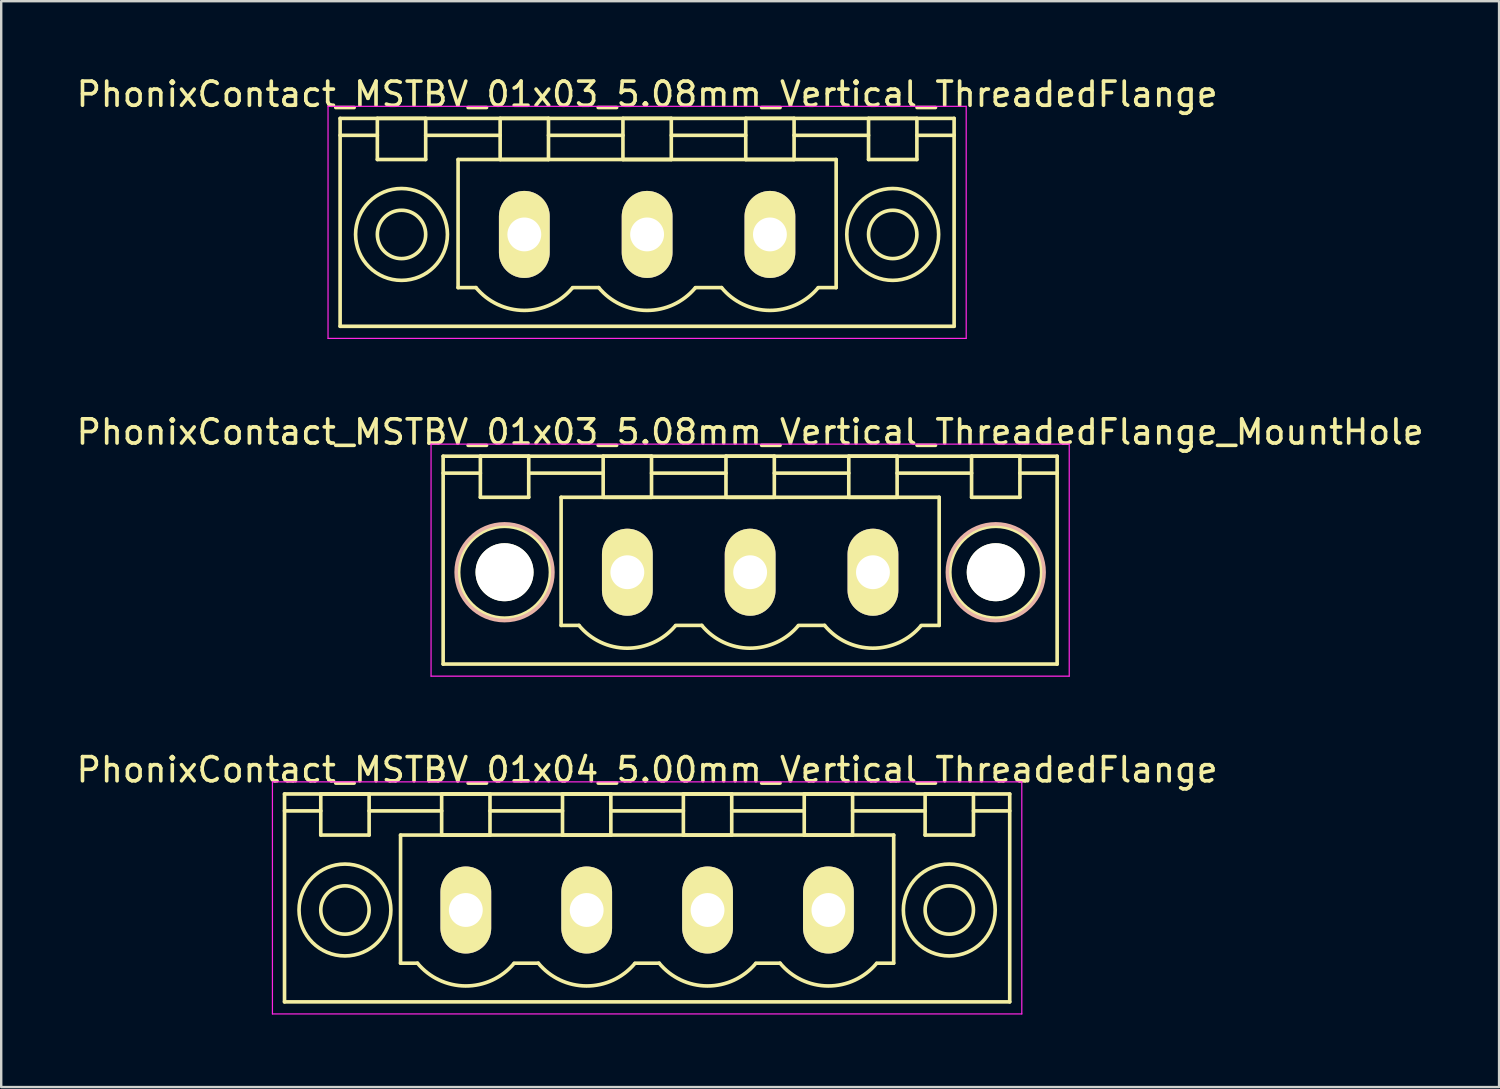
<source format=kicad_pcb>
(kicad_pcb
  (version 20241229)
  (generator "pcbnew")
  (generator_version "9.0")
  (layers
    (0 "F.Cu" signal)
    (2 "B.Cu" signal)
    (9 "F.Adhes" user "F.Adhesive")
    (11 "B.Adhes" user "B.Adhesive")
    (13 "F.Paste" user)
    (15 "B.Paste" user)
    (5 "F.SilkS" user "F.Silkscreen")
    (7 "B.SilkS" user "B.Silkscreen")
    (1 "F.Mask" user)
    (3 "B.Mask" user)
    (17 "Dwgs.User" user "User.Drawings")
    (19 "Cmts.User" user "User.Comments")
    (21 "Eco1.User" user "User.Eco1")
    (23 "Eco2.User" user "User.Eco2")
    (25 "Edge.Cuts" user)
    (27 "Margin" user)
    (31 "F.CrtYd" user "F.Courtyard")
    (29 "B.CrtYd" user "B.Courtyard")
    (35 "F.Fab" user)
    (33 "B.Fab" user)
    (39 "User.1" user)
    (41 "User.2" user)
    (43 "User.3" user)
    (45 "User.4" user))
  (footprint "PhonixContact_MSTBV_01x03_5.08mm_Vertical_ThreadedFlange"
    (layer "F.Cu")
    (at 18.64 6.648)
    (property "Reference" "PhonixContact_MSTBV_01x03_5.08mm_Vertical_ThreadedFlange" (at 5.08 -5.8 0) (layer "F.SilkS") (effects (font (size 1 1) (thickness 0.15))))
    (attr through_hole)
    (fp_line (start -7.62 -4.8) (end -7.62 3.8) (stroke (width 0.15) (type solid)) (layer "F.SilkS"))
    (fp_line (start -7.62 -4.1) (end -6.08 -4.1) (stroke (width 0.15) (type solid)) (layer "F.SilkS"))
    (fp_line (start -7.62 3.8) (end 17.78 3.8) (stroke (width 0.15) (type solid)) (layer "F.SilkS"))
    (fp_line (start -6.08 -4.8) (end -4.08 -4.8) (stroke (width 0.15) (type solid)) (layer "F.SilkS"))
    (fp_line (start -6.08 -3.1) (end -6.08 -4.8) (stroke (width 0.15) (type solid)) (layer "F.SilkS"))
    (fp_line (start -4.08 -4.8) (end -4.08 -3.1) (stroke (width 0.15) (type solid)) (layer "F.SilkS"))
    (fp_line (start -4.08 -4.1) (end -1 -4.1) (stroke (width 0.15) (type solid)) (layer "F.SilkS"))
    (fp_line (start -4.08 -3.1) (end -6.08 -3.1) (stroke (width 0.15) (type solid)) (layer "F.SilkS"))
    (fp_line (start -2.74 -3.1) (end 12.9 -3.1) (stroke (width 0.15) (type solid)) (layer "F.SilkS"))
    (fp_line (start -2.74 2.2) (end -2.74 -3.1) (stroke (width 0.15) (type solid)) (layer "F.SilkS"))
    (fp_line (start -2 2.2) (end -2.74 2.2) (stroke (width 0.15) (type solid)) (layer "F.SilkS"))
    (fp_line (start -1 -4.8) (end 1 -4.8) (stroke (width 0.15) (type solid)) (layer "F.SilkS"))
    (fp_line (start -1 -3.1) (end -1 -4.8) (stroke (width 0.15) (type solid)) (layer "F.SilkS"))
    (fp_line (start 1 -4.8) (end 1 -3.1) (stroke (width 0.15) (type solid)) (layer "F.SilkS"))
    (fp_line (start 1 -4.1) (end 4.08 -4.1) (stroke (width 0.15) (type solid)) (layer "F.SilkS"))
    (fp_line (start 1 -3.1) (end -1 -3.1) (stroke (width 0.15) (type solid)) (layer "F.SilkS"))
    (fp_line (start 2 2.2) (end 3.08 2.2) (stroke (width 0.15) (type solid)) (layer "F.SilkS"))
    (fp_line (start 4.08 -4.8) (end 6.08 -4.8) (stroke (width 0.15) (type solid)) (layer "F.SilkS"))
    (fp_line (start 4.08 -3.1) (end 4.08 -4.8) (stroke (width 0.15) (type solid)) (layer "F.SilkS"))
    (fp_line (start 6.08 -4.8) (end 6.08 -3.1) (stroke (width 0.15) (type solid)) (layer "F.SilkS"))
    (fp_line (start 6.08 -4.1) (end 9.16 -4.1) (stroke (width 0.15) (type solid)) (layer "F.SilkS"))
    (fp_line (start 6.08 -3.1) (end 4.08 -3.1) (stroke (width 0.15) (type solid)) (layer "F.SilkS"))
    (fp_line (start 7.08 2.2) (end 8.16 2.2) (stroke (width 0.15) (type solid)) (layer "F.SilkS"))
    (fp_line (start 9.16 -4.8) (end 11.16 -4.8) (stroke (width 0.15) (type solid)) (layer "F.SilkS"))
    (fp_line (start 9.16 -3.1) (end 9.16 -4.8) (stroke (width 0.15) (type solid)) (layer "F.SilkS"))
    (fp_line (start 11.16 -4.8) (end 11.16 -3.1) (stroke (width 0.15) (type solid)) (layer "F.SilkS"))
    (fp_line (start 11.16 -4.1) (end 14.24 -4.1) (stroke (width 0.15) (type solid)) (layer "F.SilkS"))
    (fp_line (start 11.16 -3.1) (end 9.16 -3.1) (stroke (width 0.15) (type solid)) (layer "F.SilkS"))
    (fp_line (start 12.9 -3.1) (end 12.9 2.2) (stroke (width 0.15) (type solid)) (layer "F.SilkS"))
    (fp_line (start 12.9 2.2) (end 12.16 2.2) (stroke (width 0.15) (type solid)) (layer "F.SilkS"))
    (fp_line (start 14.24 -4.8) (end 16.24 -4.8) (stroke (width 0.15) (type solid)) (layer "F.SilkS"))
    (fp_line (start 14.24 -3.1) (end 14.24 -4.8) (stroke (width 0.15) (type solid)) (layer "F.SilkS"))
    (fp_line (start 16.24 -4.8) (end 16.24 -3.1) (stroke (width 0.15) (type solid)) (layer "F.SilkS"))
    (fp_line (start 16.24 -3.1) (end 14.24 -3.1) (stroke (width 0.15) (type solid)) (layer "F.SilkS"))
    (fp_line (start 17.78 -4.8) (end -7.62 -4.8) (stroke (width 0.15) (type solid)) (layer "F.SilkS"))
    (fp_line (start 17.78 -4.1) (end 16.24 -4.1) (stroke (width 0.15) (type solid)) (layer "F.SilkS"))
    (fp_line (start 17.78 3.8) (end 17.78 -4.8) (stroke (width 0.15) (type solid)) (layer "F.SilkS"))
    (fp_arc (start 1.986842 2.215821) (mid -0.010289 3.142758) (end -2 2.2) (stroke (width 0.15) (type solid)) (layer "F.SilkS"))
    (fp_arc (start 7.066842 2.215821) (mid 5.069711 3.142758) (end 3.08 2.2) (stroke (width 0.15) (type solid)) (layer "F.SilkS"))
    (fp_arc (start 12.146842 2.215821) (mid 10.149711 3.142758) (end 8.16 2.2) (stroke (width 0.15) (type solid)) (layer "F.SilkS"))
    (fp_circle (center -5.08 0) (end -4.08 0) (stroke (width 0.15) (type solid)) (fill no) (layer "F.SilkS"))
    (fp_circle (center -5.08 0) (end -3.18 0) (stroke (width 0.15) (type solid)) (fill no) (layer "F.SilkS"))
    (fp_circle (center 15.24 0) (end 16.24 0) (stroke (width 0.15) (type solid)) (fill no) (layer "F.SilkS"))
    (fp_circle (center 15.24 0) (end 17.14 0) (stroke (width 0.15) (type solid)) (fill no) (layer "F.SilkS"))
    (fp_line (start -8.12 -5.3) (end -8.12 4.3) (stroke (width 0.05) (type solid)) (layer "F.CrtYd"))
    (fp_line (start -8.12 4.3) (end 18.28 4.3) (stroke (width 0.05) (type solid)) (layer "F.CrtYd"))
    (fp_line (start 18.28 -5.3) (end -8.12 -5.3) (stroke (width 0.05) (type solid)) (layer "F.CrtYd"))
    (fp_line (start 18.28 4.3) (end 18.28 -5.3) (stroke (width 0.05) (type solid)) (layer "F.CrtYd"))
    (pad "1" thru_hole oval (at 0 0) (size 2.1 3.6) (drill 1.4) (layers "*.Cu" "*.Mask" "F.SilkS"))
    (pad "2" thru_hole oval (at 5.08 0) (size 2.1 3.6) (drill 1.4) (layers "*.Cu" "*.Mask" "F.SilkS"))
    (pad "3" thru_hole oval (at 10.16 0) (size 2.1 3.6) (drill 1.4) (layers "*.Cu" "*.Mask" "F.SilkS")))
  (footprint "PhonixContact_MSTBV_01x04_5.00mm_Vertical_ThreadedFlange"
    (layer "F.Cu")
    (at 16.22 34.595)
    (property "Reference" "PhonixContact_MSTBV_01x04_5.00mm_Vertical_ThreadedFlange" (at 7.5 -5.8 0) (layer "F.SilkS") (effects (font (size 1 1) (thickness 0.15))))
    (attr through_hole)
    (fp_line (start -7.5 -4.8) (end -7.5 3.8) (stroke (width 0.15) (type solid)) (layer "F.SilkS"))
    (fp_line (start -7.5 -4.1) (end -6 -4.1) (stroke (width 0.15) (type solid)) (layer "F.SilkS"))
    (fp_line (start -7.5 3.8) (end 22.5 3.8) (stroke (width 0.15) (type solid)) (layer "F.SilkS"))
    (fp_line (start -6 -4.8) (end -4 -4.8) (stroke (width 0.15) (type solid)) (layer "F.SilkS"))
    (fp_line (start -6 -3.1) (end -6 -4.8) (stroke (width 0.15) (type solid)) (layer "F.SilkS"))
    (fp_line (start -4 -4.8) (end -4 -3.1) (stroke (width 0.15) (type solid)) (layer "F.SilkS"))
    (fp_line (start -4 -4.1) (end -1 -4.1) (stroke (width 0.15) (type solid)) (layer "F.SilkS"))
    (fp_line (start -4 -3.1) (end -6 -3.1) (stroke (width 0.15) (type solid)) (layer "F.SilkS"))
    (fp_line (start -2.7 -3.1) (end 17.7 -3.1) (stroke (width 0.15) (type solid)) (layer "F.SilkS"))
    (fp_line (start -2.7 2.2) (end -2.7 -3.1) (stroke (width 0.15) (type solid)) (layer "F.SilkS"))
    (fp_line (start -2 2.2) (end -2.7 2.2) (stroke (width 0.15) (type solid)) (layer "F.SilkS"))
    (fp_line (start -1 -4.8) (end 1 -4.8) (stroke (width 0.15) (type solid)) (layer "F.SilkS"))
    (fp_line (start -1 -3.1) (end -1 -4.8) (stroke (width 0.15) (type solid)) (layer "F.SilkS"))
    (fp_line (start 1 -4.8) (end 1 -3.1) (stroke (width 0.15) (type solid)) (layer "F.SilkS"))
    (fp_line (start 1 -4.1) (end 4 -4.1) (stroke (width 0.15) (type solid)) (layer "F.SilkS"))
    (fp_line (start 1 -3.1) (end -1 -3.1) (stroke (width 0.15) (type solid)) (layer "F.SilkS"))
    (fp_line (start 2 2.2) (end 3 2.2) (stroke (width 0.15) (type solid)) (layer "F.SilkS"))
    (fp_line (start 4 -4.8) (end 6 -4.8) (stroke (width 0.15) (type solid)) (layer "F.SilkS"))
    (fp_line (start 4 -3.1) (end 4 -4.8) (stroke (width 0.15) (type solid)) (layer "F.SilkS"))
    (fp_line (start 6 -4.8) (end 6 -3.1) (stroke (width 0.15) (type solid)) (layer "F.SilkS"))
    (fp_line (start 6 -4.1) (end 9 -4.1) (stroke (width 0.15) (type solid)) (layer "F.SilkS"))
    (fp_line (start 6 -3.1) (end 4 -3.1) (stroke (width 0.15) (type solid)) (layer "F.SilkS"))
    (fp_line (start 7 2.2) (end 8 2.2) (stroke (width 0.15) (type solid)) (layer "F.SilkS"))
    (fp_line (start 9 -4.8) (end 11 -4.8) (stroke (width 0.15) (type solid)) (layer "F.SilkS"))
    (fp_line (start 9 -3.1) (end 9 -4.8) (stroke (width 0.15) (type solid)) (layer "F.SilkS"))
    (fp_line (start 11 -4.8) (end 11 -3.1) (stroke (width 0.15) (type solid)) (layer "F.SilkS"))
    (fp_line (start 11 -4.1) (end 14 -4.1) (stroke (width 0.15) (type solid)) (layer "F.SilkS"))
    (fp_line (start 11 -3.1) (end 9 -3.1) (stroke (width 0.15) (type solid)) (layer "F.SilkS"))
    (fp_line (start 12 2.2) (end 13 2.2) (stroke (width 0.15) (type solid)) (layer "F.SilkS"))
    (fp_line (start 14 -4.8) (end 16 -4.8) (stroke (width 0.15) (type solid)) (layer "F.SilkS"))
    (fp_line (start 14 -3.1) (end 14 -4.8) (stroke (width 0.15) (type solid)) (layer "F.SilkS"))
    (fp_line (start 16 -4.8) (end 16 -3.1) (stroke (width 0.15) (type solid)) (layer "F.SilkS"))
    (fp_line (start 16 -4.1) (end 19 -4.1) (stroke (width 0.15) (type solid)) (layer "F.SilkS"))
    (fp_line (start 16 -3.1) (end 14 -3.1) (stroke (width 0.15) (type solid)) (layer "F.SilkS"))
    (fp_line (start 17.7 -3.1) (end 17.7 2.2) (stroke (width 0.15) (type solid)) (layer "F.SilkS"))
    (fp_line (start 17.7 2.2) (end 17 2.2) (stroke (width 0.15) (type solid)) (layer "F.SilkS"))
    (fp_line (start 19 -4.8) (end 21 -4.8) (stroke (width 0.15) (type solid)) (layer "F.SilkS"))
    (fp_line (start 19 -3.1) (end 19 -4.8) (stroke (width 0.15) (type solid)) (layer "F.SilkS"))
    (fp_line (start 21 -4.8) (end 21 -3.1) (stroke (width 0.15) (type solid)) (layer "F.SilkS"))
    (fp_line (start 21 -3.1) (end 19 -3.1) (stroke (width 0.15) (type solid)) (layer "F.SilkS"))
    (fp_line (start 22.5 -4.8) (end -7.5 -4.8) (stroke (width 0.15) (type solid)) (layer "F.SilkS"))
    (fp_line (start 22.5 -4.1) (end 21 -4.1) (stroke (width 0.15) (type solid)) (layer "F.SilkS"))
    (fp_line (start 22.5 3.8) (end 22.5 -4.8) (stroke (width 0.15) (type solid)) (layer "F.SilkS"))
    (fp_arc (start 1.986842 2.215821) (mid -0.010289 3.142758) (end -2 2.2) (stroke (width 0.15) (type solid)) (layer "F.SilkS"))
    (fp_arc (start 6.986842 2.215821) (mid 4.989711 3.142758) (end 3 2.2) (stroke (width 0.15) (type solid)) (layer "F.SilkS"))
    (fp_arc (start 11.986842 2.215821) (mid 9.989711 3.142758) (end 8 2.2) (stroke (width 0.15) (type solid)) (layer "F.SilkS"))
    (fp_arc (start 16.986842 2.215821) (mid 14.989711 3.142758) (end 13 2.2) (stroke (width 0.15) (type solid)) (layer "F.SilkS"))
    (fp_circle (center -5 0) (end -4 0) (stroke (width 0.15) (type solid)) (fill no) (layer "F.SilkS"))
    (fp_circle (center -5 0) (end -3.1 0) (stroke (width 0.15) (type solid)) (fill no) (layer "F.SilkS"))
    (fp_circle (center 20 0) (end 21 0) (stroke (width 0.15) (type solid)) (fill no) (layer "F.SilkS"))
    (fp_circle (center 20 0) (end 21.9 0) (stroke (width 0.15) (type solid)) (fill no) (layer "F.SilkS"))
    (fp_line (start -8 -5.3) (end -8 4.3) (stroke (width 0.05) (type solid)) (layer "F.CrtYd"))
    (fp_line (start -8 4.3) (end 23 4.3) (stroke (width 0.05) (type solid)) (layer "F.CrtYd"))
    (fp_line (start 23 -5.3) (end -8 -5.3) (stroke (width 0.05) (type solid)) (layer "F.CrtYd"))
    (fp_line (start 23 4.3) (end 23 -5.3) (stroke (width 0.05) (type solid)) (layer "F.CrtYd"))
    (pad "1" thru_hole oval (at 0 0) (size 2.1 3.6) (drill 1.4) (layers "*.Cu" "*.Mask" "F.SilkS"))
    (pad "2" thru_hole oval (at 5 0) (size 2.1 3.6) (drill 1.4) (layers "*.Cu" "*.Mask" "F.SilkS"))
    (pad "3" thru_hole oval (at 10 0) (size 2.1 3.6) (drill 1.4) (layers "*.Cu" "*.Mask" "F.SilkS"))
    (pad "4" thru_hole oval (at 15 0) (size 2.1 3.6) (drill 1.4) (layers "*.Cu" "*.Mask" "F.SilkS")))
  (footprint "PhonixContact_MSTBV_01x03_5.08mm_Vertical_ThreadedFlange_MountHole"
    (layer "F.Cu")
    (at 22.902 20.622)
    (property "Reference" "PhonixContact_MSTBV_01x03_5.08mm_Vertical_ThreadedFlange_MountHole" (at 5.08 -5.8 0) (layer "F.SilkS") (effects (font (size 1 1) (thickness 0.15))))
    (attr through_hole)
    (fp_line (start -7.62 -4.8) (end -7.62 3.8) (stroke (width 0.15) (type solid)) (layer "F.SilkS"))
    (fp_line (start -7.62 -4.1) (end -6.08 -4.1) (stroke (width 0.15) (type solid)) (layer "F.SilkS"))
    (fp_line (start -7.62 3.8) (end 17.78 3.8) (stroke (width 0.15) (type solid)) (layer "F.SilkS"))
    (fp_line (start -6.08 -4.8) (end -4.08 -4.8) (stroke (width 0.15) (type solid)) (layer "F.SilkS"))
    (fp_line (start -6.08 -3.1) (end -6.08 -4.8) (stroke (width 0.15) (type solid)) (layer "F.SilkS"))
    (fp_line (start -4.08 -4.8) (end -4.08 -3.1) (stroke (width 0.15) (type solid)) (layer "F.SilkS"))
    (fp_line (start -4.08 -4.1) (end -1 -4.1) (stroke (width 0.15) (type solid)) (layer "F.SilkS"))
    (fp_line (start -4.08 -3.1) (end -6.08 -3.1) (stroke (width 0.15) (type solid)) (layer "F.SilkS"))
    (fp_line (start -2.74 -3.1) (end 12.9 -3.1) (stroke (width 0.15) (type solid)) (layer "F.SilkS"))
    (fp_line (start -2.74 2.2) (end -2.74 -3.1) (stroke (width 0.15) (type solid)) (layer "F.SilkS"))
    (fp_line (start -2 2.2) (end -2.74 2.2) (stroke (width 0.15) (type solid)) (layer "F.SilkS"))
    (fp_line (start -1 -4.8) (end 1 -4.8) (stroke (width 0.15) (type solid)) (layer "F.SilkS"))
    (fp_line (start -1 -3.1) (end -1 -4.8) (stroke (width 0.15) (type solid)) (layer "F.SilkS"))
    (fp_line (start 1 -4.8) (end 1 -3.1) (stroke (width 0.15) (type solid)) (layer "F.SilkS"))
    (fp_line (start 1 -4.1) (end 4.08 -4.1) (stroke (width 0.15) (type solid)) (layer "F.SilkS"))
    (fp_line (start 1 -3.1) (end -1 -3.1) (stroke (width 0.15) (type solid)) (layer "F.SilkS"))
    (fp_line (start 2 2.2) (end 3.08 2.2) (stroke (width 0.15) (type solid)) (layer "F.SilkS"))
    (fp_line (start 4.08 -4.8) (end 6.08 -4.8) (stroke (width 0.15) (type solid)) (layer "F.SilkS"))
    (fp_line (start 4.08 -3.1) (end 4.08 -4.8) (stroke (width 0.15) (type solid)) (layer "F.SilkS"))
    (fp_line (start 6.08 -4.8) (end 6.08 -3.1) (stroke (width 0.15) (type solid)) (layer "F.SilkS"))
    (fp_line (start 6.08 -4.1) (end 9.16 -4.1) (stroke (width 0.15) (type solid)) (layer "F.SilkS"))
    (fp_line (start 6.08 -3.1) (end 4.08 -3.1) (stroke (width 0.15) (type solid)) (layer "F.SilkS"))
    (fp_line (start 7.08 2.2) (end 8.16 2.2) (stroke (width 0.15) (type solid)) (layer "F.SilkS"))
    (fp_line (start 9.16 -4.8) (end 11.16 -4.8) (stroke (width 0.15) (type solid)) (layer "F.SilkS"))
    (fp_line (start 9.16 -3.1) (end 9.16 -4.8) (stroke (width 0.15) (type solid)) (layer "F.SilkS"))
    (fp_line (start 11.16 -4.8) (end 11.16 -3.1) (stroke (width 0.15) (type solid)) (layer "F.SilkS"))
    (fp_line (start 11.16 -4.1) (end 14.24 -4.1) (stroke (width 0.15) (type solid)) (layer "F.SilkS"))
    (fp_line (start 11.16 -3.1) (end 9.16 -3.1) (stroke (width 0.15) (type solid)) (layer "F.SilkS"))
    (fp_line (start 12.9 -3.1) (end 12.9 2.2) (stroke (width 0.15) (type solid)) (layer "F.SilkS"))
    (fp_line (start 12.9 2.2) (end 12.16 2.2) (stroke (width 0.15) (type solid)) (layer "F.SilkS"))
    (fp_line (start 14.24 -4.8) (end 16.24 -4.8) (stroke (width 0.15) (type solid)) (layer "F.SilkS"))
    (fp_line (start 14.24 -3.1) (end 14.24 -4.8) (stroke (width 0.15) (type solid)) (layer "F.SilkS"))
    (fp_line (start 16.24 -4.8) (end 16.24 -3.1) (stroke (width 0.15) (type solid)) (layer "F.SilkS"))
    (fp_line (start 16.24 -3.1) (end 14.24 -3.1) (stroke (width 0.15) (type solid)) (layer "F.SilkS"))
    (fp_line (start 17.78 -4.8) (end -7.62 -4.8) (stroke (width 0.15) (type solid)) (layer "F.SilkS"))
    (fp_line (start 17.78 -4.1) (end 16.24 -4.1) (stroke (width 0.15) (type solid)) (layer "F.SilkS"))
    (fp_line (start 17.78 3.8) (end 17.78 -4.8) (stroke (width 0.15) (type solid)) (layer "F.SilkS"))
    (fp_arc (start 1.986842 2.215821) (mid -0.010289 3.142758) (end -2 2.2) (stroke (width 0.15) (type solid)) (layer "F.SilkS"))
    (fp_arc (start 7.066842 2.215821) (mid 5.069711 3.142758) (end 3.08 2.2) (stroke (width 0.15) (type solid)) (layer "F.SilkS"))
    (fp_arc (start 12.146842 2.215821) (mid 10.149711 3.142758) (end 8.16 2.2) (stroke (width 0.15) (type solid)) (layer "F.SilkS"))
    (fp_circle (center -5.08 0) (end -4.08 0) (stroke (width 0.15) (type solid)) (fill no) (layer "F.SilkS"))
    (fp_circle (center -5.08 0) (end -3.18 0) (stroke (width 0.15) (type solid)) (fill no) (layer "F.SilkS"))
    (fp_circle (center 15.24 0) (end 16.24 0) (stroke (width 0.15) (type solid)) (fill no) (layer "F.SilkS"))
    (fp_circle (center 15.24 0) (end 17.14 0) (stroke (width 0.15) (type solid)) (fill no) (layer "F.SilkS"))
    (fp_circle (center -5.08 0) (end -3.08 0) (stroke (width 0.15) (type solid)) (fill no) (layer "B.SilkS"))
    (fp_circle (center 15.24 0) (end 17.24 0) (stroke (width 0.15) (type solid)) (fill no) (layer "B.SilkS"))
    (fp_line (start -8.12 -5.3) (end -8.12 4.3) (stroke (width 0.05) (type solid)) (layer "F.CrtYd"))
    (fp_line (start -8.12 4.3) (end 18.28 4.3) (stroke (width 0.05) (type solid)) (layer "F.CrtYd"))
    (fp_line (start 18.28 -5.3) (end -8.12 -5.3) (stroke (width 0.05) (type solid)) (layer "F.CrtYd"))
    (fp_line (start 18.28 4.3) (end 18.28 -5.3) (stroke (width 0.05) (type solid)) (layer "F.CrtYd"))
    (pad "" np_thru_hole circle (at -5.08 0) (size 2.4 2.4) (drill 2.4) (layers "*.Cu" "*.Mask" "F.SilkS"))
    (pad "" np_thru_hole circle (at 15.24 0) (size 2.4 2.4) (drill 2.4) (layers "*.Cu" "*.Mask" "F.SilkS"))
    (pad "1" thru_hole oval (at 0 0) (size 2.1 3.6) (drill 1.4) (layers "*.Cu" "*.Mask" "F.SilkS"))
    (pad "2" thru_hole oval (at 5.08 0) (size 2.1 3.6) (drill 1.4) (layers "*.Cu" "*.Mask" "F.SilkS"))
    (pad "3" thru_hole oval (at 10.16 0) (size 2.1 3.6) (drill 1.4) (layers "*.Cu" "*.Mask" "F.SilkS")))
  (gr_rect
    (start -3 -3)
    (end 58.964 41.92)
    (stroke (width 0.1) (type default))
    (fill no)
    (layer "Edge.Cuts")))
</source>
